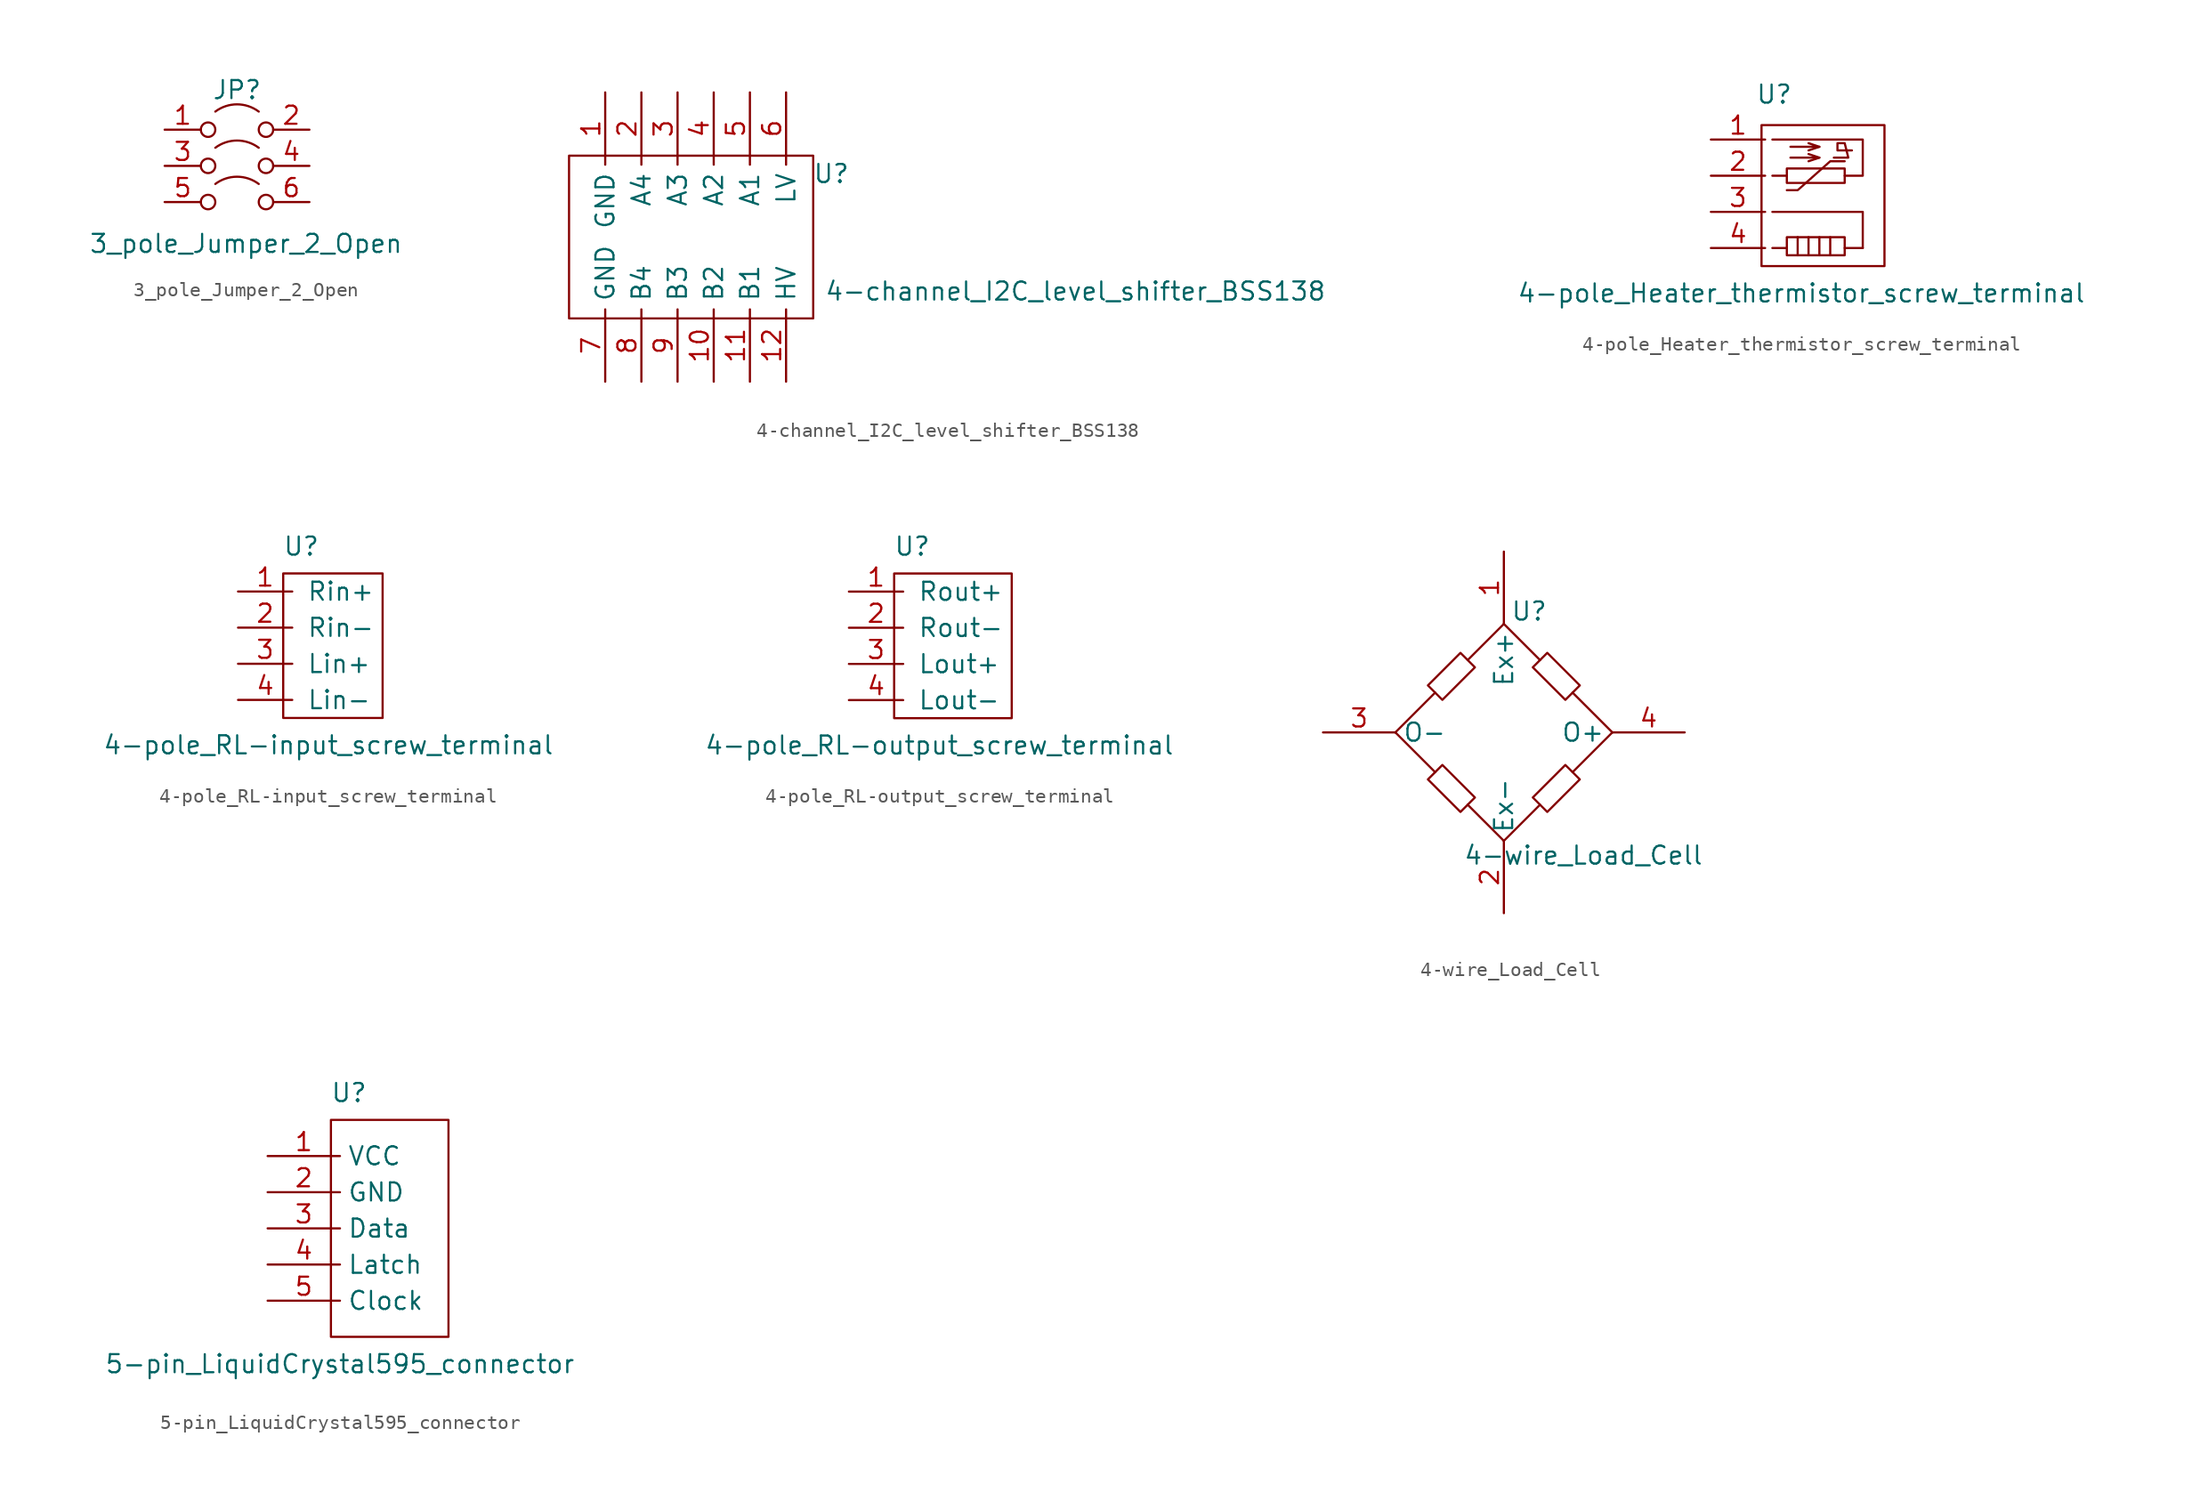
<source format=kicad_sym>
(kicad_symbol_lib
  (version 20211014)
  (generator kicad_symbol_editor)
  (symbol "3_pole_Jumper_2_Open"
    (pin_names
      (offset 0) hide)
    (property "Reference" "JP"
      (at 0 2.794 0)
      (effects (font (size 1.27 1.27))))
    (property "Value" "3_pole_Jumper_2_Open"
      (at 0.635 -8.001 0)
      (effects (font (size 1.27 1.27))))
    (symbol "3_pole_Jumper_2_Open_0_0"
      (circle (center -2.032 0) (radius 0.508) (stroke (width 0) (type default) (color 0 0 0 0)) (fill (type none)))
      (circle (center 2.032 0) (radius 0.508) (stroke (width 0) (type default) (color 0 0 0 0)) (fill (type none))))
    (symbol "3_pole_Jumper_2_Open_0_1"
      (arc (start 1.524 1.27) (mid 0 1.778) (end -1.524 1.27) (stroke (width 0) (type default) (color 0 0 0 0)) (fill (type none))))
    (symbol "3_pole_Jumper_2_Open_1_1"
      (circle (center -2.032 -5.08) (radius 0.508) (stroke (width 0) (type default) (color 0 0 0 0)) (fill (type none)))
      (circle (center -2.032 -2.54) (radius 0.508) (stroke (width 0) (type default) (color 0 0 0 0)) (fill (type none)))
      (arc (start 1.524 -3.81) (mid 0 -3.302) (end -1.524 -3.81) (stroke (width 0) (type default) (color 0 0 0 0)) (fill (type none)))
      (arc (start 1.524 -1.27) (mid 0 -0.762) (end -1.524 -1.27) (stroke (width 0) (type default) (color 0 0 0 0)) (fill (type none)))
      (circle (center 2.032 -5.08) (radius 0.508) (stroke (width 0) (type default) (color 0 0 0 0)) (fill (type none)))
      (circle (center 2.032 -2.54) (radius 0.508) (stroke (width 0) (type default) (color 0 0 0 0)) (fill (type none)))
      (pin passive line (at -5.08 0 0) (length 2.54) (name "A" (effects (font (size 1.27 1.27)))) (number "1" (effects (font (size 1.27 1.27)))))
      (pin passive line (at 5.08 0 180) (length 2.54) (name "B" (effects (font (size 1.27 1.27)))) (number "2" (effects (font (size 1.27 1.27)))))
      (pin passive line (at -5.08 -2.54 0) (length 2.54) (name "3" (effects (font (size 1.27 1.27)))) (number "3" (effects (font (size 1.27 1.27)))))
      (pin passive line (at 5.08 -2.54 180) (length 2.54) (name "4" (effects (font (size 1.27 1.27)))) (number "4" (effects (font (size 1.27 1.27)))))
      (pin passive line (at -5.08 -5.08 0) (length 2.54) (name "5" (effects (font (size 1.27 1.27)))) (number "5" (effects (font (size 1.27 1.27)))))
      (pin passive line (at 5.08 -5.08 180) (length 2.54) (name "6" (effects (font (size 1.27 1.27)))) (number "6" (effects (font (size 1.27 1.27)))))))
  (symbol "4-channel_I2C_level_shifter_BSS138"
    (property "Reference" "U"
      (at 15.875 -5.715 0)
      (effects (font (size 1.27 1.27))))
    (property "Value" "4-channel_I2C_level_shifter_BSS138"
      (at 33.02 -13.97 0)
      (effects (font (size 1.27 1.27))))
    (symbol "4-channel_I2C_level_shifter_BSS138_0_1"
      (polyline (pts (xy -2.54 -4.445) (xy -2.54 -15.875) (xy 14.605 -15.875) (xy 14.605 -4.445) (xy -2.54 -4.445)) (stroke (width 0.152) (type default) (color 0 0 0 0)) (fill (type none))))
    (symbol "4-channel_I2C_level_shifter_BSS138_1_1"
      (pin power_in line (at 0 0 270) (length 5.08) (name "GND" (effects (font (size 1.27 1.27)))) (number "1" (effects (font (size 1.27 1.27)))))
      (pin bidirectional line (at 7.62 -20.32 90) (length 5.08) (name "B2" (effects (font (size 1.27 1.27)))) (number "10" (effects (font (size 1.27 1.27)))))
      (pin bidirectional line (at 10.16 -20.32 90) (length 5.08) (name "B1" (effects (font (size 1.27 1.27)))) (number "11" (effects (font (size 1.27 1.27)))))
      (pin power_in line (at 12.7 -20.32 90) (length 5.08) (name "HV" (effects (font (size 1.27 1.27)))) (number "12" (effects (font (size 1.27 1.27)))))
      (pin bidirectional line (at 2.54 0 270) (length 5.08) (name "A4" (effects (font (size 1.27 1.27)))) (number "2" (effects (font (size 1.27 1.27)))))
      (pin bidirectional line (at 5.08 0 270) (length 5.08) (name "A3" (effects (font (size 1.27 1.27)))) (number "3" (effects (font (size 1.27 1.27)))))
      (pin bidirectional line (at 7.62 0 270) (length 5.08) (name "A2" (effects (font (size 1.27 1.27)))) (number "4" (effects (font (size 1.27 1.27)))))
      (pin bidirectional line (at 10.16 0 270) (length 5.08) (name "A1" (effects (font (size 1.27 1.27)))) (number "5" (effects (font (size 1.27 1.27)))))
      (pin power_in line (at 12.7 0 270) (length 5.08) (name "LV" (effects (font (size 1.27 1.27)))) (number "6" (effects (font (size 1.27 1.27)))))
      (pin power_in line (at 0 -20.32 90) (length 5.08) (name "GND" (effects (font (size 1.27 1.27)))) (number "7" (effects (font (size 1.27 1.27)))))
      (pin bidirectional line (at 2.54 -20.32 90) (length 5.08) (name "B4" (effects (font (size 1.27 1.27)))) (number "8" (effects (font (size 1.27 1.27)))))
      (pin bidirectional line (at 5.08 -20.32 90) (length 5.08) (name "B3" (effects (font (size 1.27 1.27)))) (number "9" (effects (font (size 1.27 1.27)))))))
  (symbol "4-pole_Heater_thermistor_screw_terminal"
    (pin_names
      (offset 1.016) hide)
    (property "Reference" "U"
      (at 4.445 3.175 0)
      (effects (font (size 1.27 1.27))))
    (property "Value" "4-pole_Heater_thermistor_screw_terminal"
      (at 6.35 -10.795 0)
      (effects (font (size 1.27 1.27))))
    (symbol "4-pole_Heater_thermistor_screw_terminal_0_1"
      (polyline (pts (xy 5.334 -7.62) (xy 4.318 -7.62)) (stroke (width 0) (type default) (color 0 0 0 0)) (fill (type none)))
      (polyline (pts (xy 5.334 -2.54) (xy 4.318 -2.54)) (stroke (width 0) (type default) (color 0 0 0 0)) (fill (type none)))
      (polyline (pts (xy 6.096 -6.858) (xy 6.096 -8.128)) (stroke (width 0) (type default) (color 0 0 0 0)) (fill (type none)))
      (polyline (pts (xy 6.858 -8.128) (xy 6.858 -6.858)) (stroke (width 0) (type default) (color 0 0 0 0)) (fill (type none)))
      (polyline (pts (xy 7.62 -6.858) (xy 7.62 -8.128)) (stroke (width 0) (type default) (color 0 0 0 0)) (fill (type none)))
      (polyline (pts (xy 7.62 -0.508) (xy 6.858 -0.762)) (stroke (width 0) (type default) (color 0 0 0 0)) (fill (type none)))
      (polyline (pts (xy 8.382 -8.128) (xy 8.382 -6.858)) (stroke (width 0) (type default) (color 0 0 0 0)) (fill (type none)))
      (polyline (pts (xy 9.398 -7.62) (xy 10.668 -7.62)) (stroke (width 0) (type default) (color 0 0 0 0)) (fill (type none)))
      (polyline (pts (xy 5.588 -0.508) (xy 7.62 -0.508) (xy 6.858 -0.254)) (stroke (width 0) (type default) (color 0 0 0 0)) (fill (type none)))
      (polyline (pts (xy 10.668 -7.62) (xy 10.668 -5.08) (xy 4.318 -5.08)) (stroke (width 0) (type default) (color 0 0 0 0)) (fill (type none)))
      (polyline (pts (xy 5.334 -3.556) (xy 6.096 -3.556) (xy 8.382 -1.524) (xy 9.398 -1.524)) (stroke (width 0) (type default) (color 0 0 0 0)) (fill (type none)))
      (polyline (pts (xy 9.398 -2.54) (xy 10.668 -2.54) (xy 10.668 0) (xy 4.318 0)) (stroke (width 0) (type default) (color 0 0 0 0)) (fill (type none)))
      (polyline (pts (xy 8.636 -1.27) (xy 9.652 -1.27) (xy 9.398 -0.254) (xy 8.89 -0.254) (xy 8.89 -0.762) (xy 9.906 -0.762)) (stroke (width 0) (type default) (color 0 0 0 0)) (fill (type none)))
      (rectangle (start 3.556 1.016) (end 12.192 -8.89) (stroke (width 0) (type default) (color 0 0 0 0)) (fill (type none)))
      (rectangle (start 5.334 -8.128) (end 9.398 -6.858) (stroke (width 0) (type default) (color 0 0 0 0)) (fill (type none)))
      (rectangle (start 5.334 -2.032) (end 9.398 -3.048) (stroke (width 0) (type default) (color 0 0 0 0)) (fill (type none))))
    (symbol "4-pole_Heater_thermistor_screw_terminal_1_1"
      (polyline (pts (xy 7.62 -1.27) (xy 6.858 -1.524)) (stroke (width 0) (type default) (color 0 0 0 0)) (fill (type none)))
      (polyline (pts (xy 5.588 -1.27) (xy 7.62 -1.27) (xy 6.858 -1.016)) (stroke (width 0) (type default) (color 0 0 0 0)) (fill (type none)))
      (pin output line (at 0 0 0) (length 3.81) (name "Therm+" (effects (font (size 1.27 1.27)))) (number "1" (effects (font (size 1.27 1.27)))))
      (pin output line (at 0 -2.54 0) (length 3.81) (name "Therm-" (effects (font (size 1.27 1.27)))) (number "2" (effects (font (size 1.27 1.27)))))
      (pin power_out line (at 0 -5.08 0) (length 3.81) (name "Heat+" (effects (font (size 1.27 1.27)))) (number "3" (effects (font (size 1.27 1.27)))))
      (pin power_out line (at 0 -7.62 0) (length 3.81) (name "Heat-" (effects (font (size 1.27 1.27)))) (number "4" (effects (font (size 1.27 1.27)))))))
  (symbol "4-pole_RL-input_screw_terminal"
    (pin_names
      (offset 1.016))
    (property "Reference" "U"
      (at 4.445 3.175 0)
      (effects (font (size 1.27 1.27))))
    (property "Value" "4-pole_RL-input_screw_terminal"
      (at 6.35 -10.795 0)
      (effects (font (size 1.27 1.27))))
    (symbol "4-pole_RL-input_screw_terminal_0_1"
      (rectangle (start 3.175 1.27) (end 10.16 -8.89) (stroke (width 0) (type default) (color 0 0 0 0)) (fill (type none))))
    (symbol "4-pole_RL-input_screw_terminal_1_1"
      (pin input line (at 0 0 0) (length 3.81) (name "Rin+" (effects (font (size 1.27 1.27)))) (number "1" (effects (font (size 1.27 1.27)))))
      (pin input line (at 0 -2.54 0) (length 3.81) (name "Rin-" (effects (font (size 1.27 1.27)))) (number "2" (effects (font (size 1.27 1.27)))))
      (pin input line (at 0 -5.08 0) (length 3.81) (name "Lin+" (effects (font (size 1.27 1.27)))) (number "3" (effects (font (size 1.27 1.27)))))
      (pin input line (at 0 -7.62 0) (length 3.81) (name "Lin-" (effects (font (size 1.27 1.27)))) (number "4" (effects (font (size 1.27 1.27)))))))
  (symbol "4-pole_RL-output_screw_terminal"
    (pin_names
      (offset 1.016))
    (property "Reference" "U"
      (at 4.445 3.175 0)
      (effects (font (size 1.27 1.27))))
    (property "Value" "4-pole_RL-output_screw_terminal"
      (at 6.35 -10.795 0)
      (effects (font (size 1.27 1.27))))
    (symbol "4-pole_RL-output_screw_terminal_0_1"
      (rectangle (start 3.175 1.27) (end 11.43 -8.89) (stroke (width 0) (type default) (color 0 0 0 0)) (fill (type none))))
    (symbol "4-pole_RL-output_screw_terminal_1_1"
      (pin output line (at 0 0 0) (length 3.81) (name "Rout+" (effects (font (size 1.27 1.27)))) (number "1" (effects (font (size 1.27 1.27)))))
      (pin output line (at 0 -2.54 0) (length 3.81) (name "Rout-" (effects (font (size 1.27 1.27)))) (number "2" (effects (font (size 1.27 1.27)))))
      (pin output line (at 0 -5.08 0) (length 3.81) (name "Lout+" (effects (font (size 1.27 1.27)))) (number "3" (effects (font (size 1.27 1.27)))))
      (pin output line (at 0 -7.62 0) (length 3.81) (name "Lout-" (effects (font (size 1.27 1.27)))) (number "4" (effects (font (size 1.27 1.27)))))))
  (symbol "4-wire_Load_Cell"
    (property "Reference" "U"
      (at 1.778 -4.191 0)
      (effects (font (size 1.27 1.27))))
    (property "Value" "4-wire_Load_Cell"
      (at 5.588 -21.336 0)
      (effects (font (size 1.27 1.27))))
    (symbol "4-wire_Load_Cell_0_1"
      (polyline (pts (xy -7.62 -12.7) (xy -4.826 -15.494)) (stroke (width 0.152) (type default) (color 0 0 0 0)) (fill (type none)))
      (polyline (pts (xy -7.62 -12.7) (xy -4.826 -9.906)) (stroke (width 0.152) (type default) (color 0 0 0 0)) (fill (type none)))
      (polyline (pts (xy 0 -20.32) (xy -2.54 -17.78)) (stroke (width 0.152) (type default) (color 0 0 0 0)) (fill (type none)))
      (polyline (pts (xy 0 -20.32) (xy 2.54 -17.78)) (stroke (width 0.152) (type default) (color 0 0 0 0)) (fill (type none)))
      (polyline (pts (xy 0 -5.08) (xy -2.54 -7.62)) (stroke (width 0.152) (type default) (color 0 0 0 0)) (fill (type none)))
      (polyline (pts (xy 0 -5.08) (xy 2.54 -7.62)) (stroke (width 0.152) (type default) (color 0 0 0 0)) (fill (type none)))
      (polyline (pts (xy 7.62 -12.7) (xy 4.826 -15.494)) (stroke (width 0.152) (type default) (color 0 0 0 0)) (fill (type none)))
      (polyline (pts (xy 7.62 -12.7) (xy 4.826 -9.906)) (stroke (width 0.152) (type default) (color 0 0 0 0)) (fill (type none)))
      (polyline (pts (xy -5.334 -9.398) (xy -4.318 -10.414) (xy -2.032 -8.128) (xy -3.048 -7.112) (xy -5.334 -9.398)) (stroke (width 0.152) (type default) (color 0 0 0 0)) (fill (type none)))
      (polyline (pts (xy -4.318 -14.986) (xy -5.334 -16.002) (xy -3.048 -18.288) (xy -2.032 -17.272) (xy -4.318 -14.986)) (stroke (width 0.152) (type default) (color 0 0 0 0)) (fill (type none)))
      (polyline (pts (xy 2.032 -17.272) (xy 3.048 -18.288) (xy 5.334 -16.002) (xy 4.318 -14.986) (xy 2.032 -17.272)) (stroke (width 0.152) (type default) (color 0 0 0 0)) (fill (type none)))
      (polyline (pts (xy 3.048 -7.112) (xy 2.032 -8.128) (xy 4.318 -10.414) (xy 5.334 -9.398) (xy 3.048 -7.112)) (stroke (width 0.152) (type default) (color 0 0 0 0)) (fill (type none))))
    (symbol "4-wire_Load_Cell_1_1"
      (pin input line (at 0 0 270) (length 5.08) (name "Ex+" (effects (font (size 1.27 1.27)))) (number "1" (effects (font (size 1.27 1.27)))))
      (pin input line (at 0 -25.4 90) (length 5.08) (name "Ex-" (effects (font (size 1.27 1.27)))) (number "2" (effects (font (size 1.27 1.27)))))
      (pin output line (at -12.7 -12.7 0) (length 5.08) (name "O-" (effects (font (size 1.27 1.27)))) (number "3" (effects (font (size 1.27 1.27)))))
      (pin output line (at 12.7 -12.7 180) (length 5.08) (name "O+" (effects (font (size 1.27 1.27)))) (number "4" (effects (font (size 1.27 1.27)))))))
  (symbol "5-pin_LiquidCrystal595_connector"
    (property "Reference" "U"
      (at 5.715 4.445 0)
      (effects (font (size 1.27 1.27))))
    (property "Value" "5-pin_LiquidCrystal595_connector"
      (at 5.08 -14.605 0)
      (effects (font (size 1.27 1.27))))
    (symbol "5-pin_LiquidCrystal595_connector_0_1"
      (polyline (pts (xy 4.445 0) (xy 4.445 2.54) (xy 12.7 2.54) (xy 12.7 -12.7) (xy 5.08 -12.7) (xy 4.445 -12.7) (xy 4.445 0)) (stroke (width 0.152) (type default) (color 0 0 0 0)) (fill (type none))))
    (symbol "5-pin_LiquidCrystal595_connector_1_1"
      (pin power_in line (at 0 0 0) (length 5.08) (name "VCC" (effects (font (size 1.27 1.27)))) (number "1" (effects (font (size 1.27 1.27)))))
      (pin power_in line (at 0 -2.54 0) (length 5.08) (name "GND" (effects (font (size 1.27 1.27)))) (number "2" (effects (font (size 1.27 1.27)))))
      (pin input line (at 0 -5.08 0) (length 5.08) (name "Data" (effects (font (size 1.27 1.27)))) (number "3" (effects (font (size 1.27 1.27)))))
      (pin input line (at 0 -7.62 0) (length 5.08) (name "Latch" (effects (font (size 1.27 1.27)))) (number "4" (effects (font (size 1.27 1.27)))))
      (pin input line (at 0 -10.16 0) (length 5.08) (name "Clock" (effects (font (size 1.27 1.27)))) (number "5" (effects (font (size 1.27 1.27))))))))
</source>
